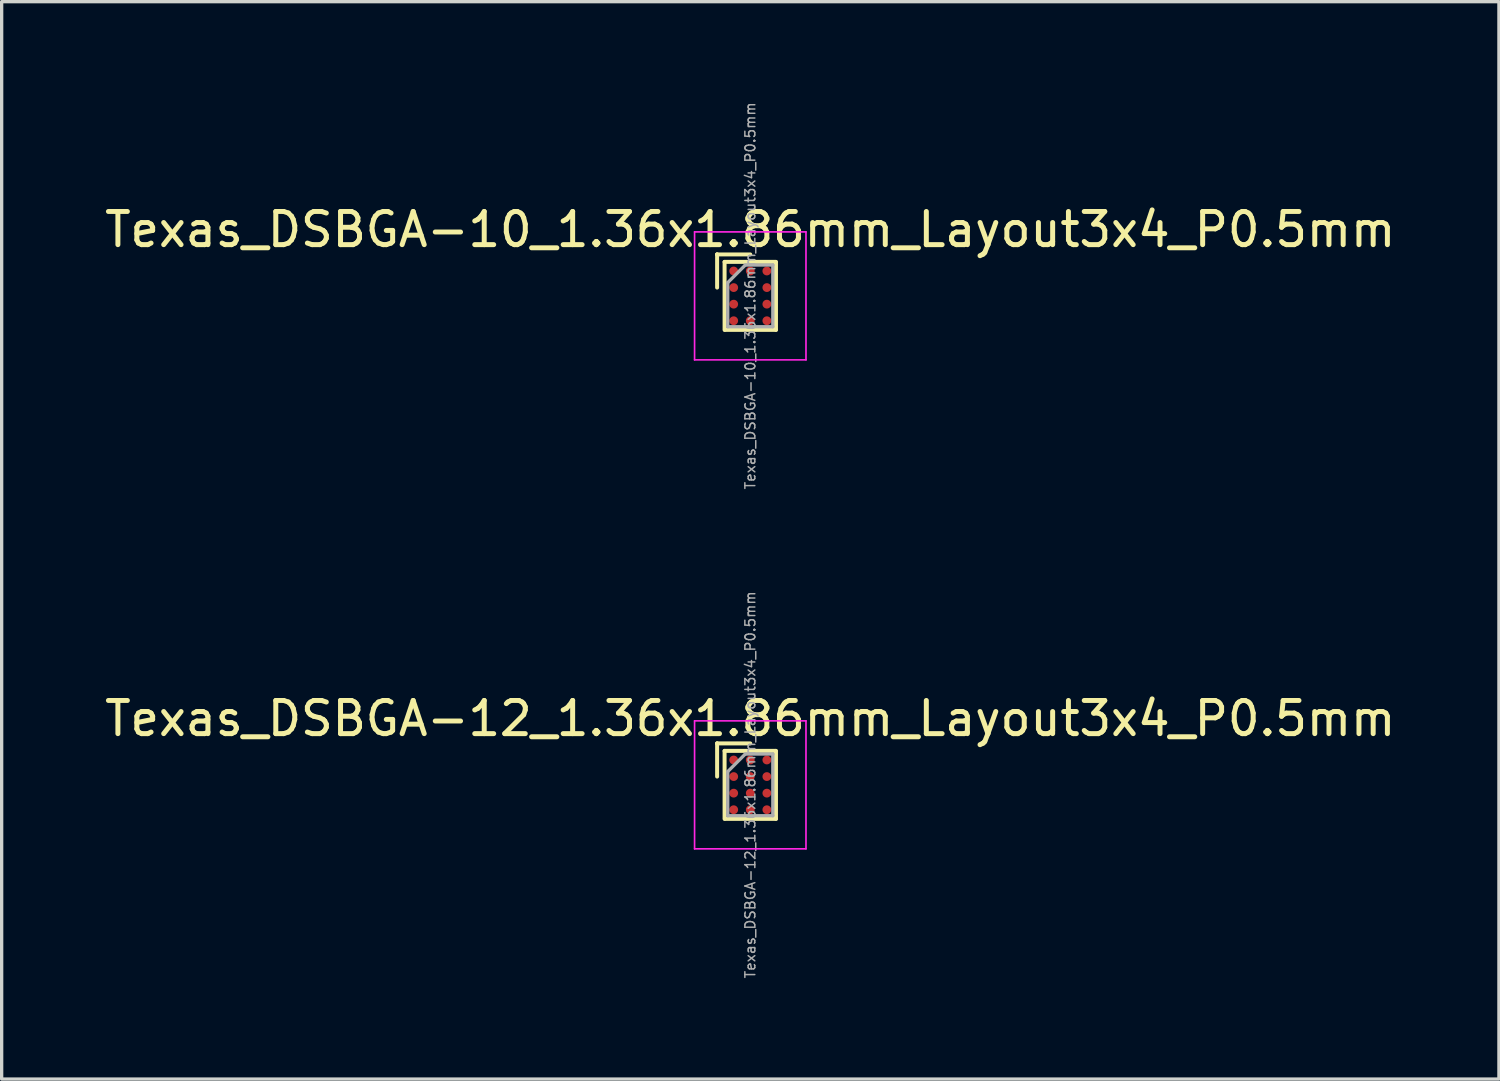
<source format=kicad_pcb>
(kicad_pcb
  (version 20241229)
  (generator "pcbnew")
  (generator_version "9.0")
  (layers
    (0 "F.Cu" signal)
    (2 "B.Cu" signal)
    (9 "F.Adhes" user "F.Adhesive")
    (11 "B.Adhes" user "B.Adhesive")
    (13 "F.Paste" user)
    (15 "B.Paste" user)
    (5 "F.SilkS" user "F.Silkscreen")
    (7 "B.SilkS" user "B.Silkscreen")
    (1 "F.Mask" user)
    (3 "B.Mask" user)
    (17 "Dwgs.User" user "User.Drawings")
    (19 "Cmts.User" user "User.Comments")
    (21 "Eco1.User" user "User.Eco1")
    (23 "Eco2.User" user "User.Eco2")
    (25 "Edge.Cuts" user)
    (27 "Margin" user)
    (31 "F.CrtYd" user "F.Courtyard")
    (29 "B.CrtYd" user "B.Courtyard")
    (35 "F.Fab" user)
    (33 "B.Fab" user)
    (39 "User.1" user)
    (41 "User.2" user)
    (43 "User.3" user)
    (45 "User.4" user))
  (footprint "Texas_DSBGA-10_1.36x1.86mm_Layout3x4_P0.5mm"
    (layer "F.Cu")
    (at 19.577 5.873)
    (property "Reference" "Texas_DSBGA-10_1.36x1.86mm_Layout3x4_P0.5mm" (at 0 -2 0) (layer "F.SilkS") (effects (font (size 1 1) (thickness 0.15))))
    (attr smd)
    (fp_line (start -1 -1.25) (end -1 -1.25) (stroke (width 0.12) (type solid)) (layer "F.SilkS"))
    (fp_line (start -1 -1.25) (end -1 -0.25) (stroke (width 0.12) (type solid)) (layer "F.SilkS"))
    (fp_line (start -0.775 -1.025) (end -0.775 1.025) (stroke (width 0.12) (type solid)) (layer "F.SilkS"))
    (fp_line (start -0.775 -1.025) (end 0.765 -1.025) (stroke (width 0.12) (type solid)) (layer "F.SilkS"))
    (fp_line (start -0.765 1.025) (end 0.775 1.025) (stroke (width 0.12) (type solid)) (layer "F.SilkS"))
    (fp_line (start 0 -1.25) (end -1 -1.25) (stroke (width 0.12) (type solid)) (layer "F.SilkS"))
    (fp_line (start 0.775 1.025) (end 0.775 -1.025) (stroke (width 0.12) (type solid)) (layer "F.SilkS"))
    (fp_line (start -1.68 -1.93) (end 1.68 -1.93) (stroke (width 0.05) (type solid)) (layer "F.CrtYd"))
    (fp_line (start -1.68 1.93) (end -1.68 -1.93) (stroke (width 0.05) (type solid)) (layer "F.CrtYd"))
    (fp_line (start -1.68 1.93) (end 1.68 1.93) (stroke (width 0.05) (type solid)) (layer "F.CrtYd"))
    (fp_line (start 1.68 -1.93) (end 1.68 1.93) (stroke (width 0.05) (type solid)) (layer "F.CrtYd"))
    (fp_line (start -0.68 -0.4) (end -0.15 -0.93) (stroke (width 0.1) (type solid)) (layer "F.Fab"))
    (fp_line (start -0.68 0.93) (end -0.68 -0.4) (stroke (width 0.1) (type solid)) (layer "F.Fab"))
    (fp_line (start -0.68 0.93) (end 0.68 0.93) (stroke (width 0.1) (type solid)) (layer "F.Fab"))
    (fp_line (start 0.68 -0.93) (end -0.15 -0.93) (stroke (width 0.1) (type solid)) (layer "F.Fab"))
    (fp_line (start 0.68 0.93) (end 0.68 -0.93) (stroke (width 0.1) (type solid)) (layer "F.Fab"))
    (fp_text user "${REFERENCE}" (at 0 0 90) (layer "F.Fab") (effects (font (size 0.3 0.3) (thickness 0.045))))
    (pad "" smd rect (at -0.5 -0.75) (size 0.3 0.3) (layers "F.Paste"))
    (pad "" smd rect (at -0.5 -0.25) (size 0.3 0.3) (layers "F.Paste"))
    (pad "" smd rect (at -0.5 0.25) (size 0.3 0.3) (layers "F.Paste"))
    (pad "" smd rect (at -0.5 0.75) (size 0.3 0.3) (layers "F.Paste"))
    (pad "" smd rect (at 0 -0.75) (size 0.3 0.3) (layers "F.Paste"))
    (pad "" smd rect (at 0 0.75) (size 0.3 0.3) (layers "F.Paste"))
    (pad "" smd rect (at 0.5 -0.75) (size 0.3 0.3) (layers "F.Paste"))
    (pad "" smd rect (at 0.5 -0.25) (size 0.3 0.3) (layers "F.Paste"))
    (pad "" smd rect (at 0.5 0.25) (size 0.3 0.3) (layers "F.Paste"))
    (pad "" smd rect (at 0.5 0.75) (size 0.3 0.3) (layers "F.Paste"))
    (pad "A1" smd circle (at -0.5 -0.75) (size 0.265 0.265) (layers "F.Cu" "F.Mask"))
    (pad "A2" smd circle (at 0 -0.75) (size 0.265 0.265) (layers "F.Cu" "F.Mask"))
    (pad "A3" smd circle (at 0.5 -0.75) (size 0.265 0.265) (layers "F.Cu" "F.Mask"))
    (pad "B1" smd circle (at -0.5 -0.25) (size 0.265 0.265) (layers "F.Cu" "F.Mask"))
    (pad "B3" smd circle (at 0.5 -0.25) (size 0.265 0.265) (layers "F.Cu" "F.Mask"))
    (pad "C1" smd circle (at -0.5 0.25) (size 0.265 0.265) (layers "F.Cu" "F.Mask"))
    (pad "C3" smd circle (at 0.5 0.25) (size 0.265 0.265) (layers "F.Cu" "F.Mask"))
    (pad "D1" smd circle (at -0.5 0.75) (size 0.265 0.265) (layers "F.Cu" "F.Mask"))
    (pad "D2" smd circle (at 0 0.75) (size 0.265 0.265) (layers "F.Cu" "F.Mask"))
    (pad "D3" smd circle (at 0.5 0.75) (size 0.265 0.265) (layers "F.Cu" "F.Mask")))
  (footprint "Texas_DSBGA-12_1.36x1.86mm_Layout3x4_P0.5mm"
    (layer "F.Cu")
    (at 19.577 20.62)
    (property "Reference" "Texas_DSBGA-12_1.36x1.86mm_Layout3x4_P0.5mm" (at 0 -2 0) (layer "F.SilkS") (effects (font (size 1 1) (thickness 0.15))))
    (attr smd)
    (fp_line (start -1 -1.25) (end -1 -1.25) (stroke (width 0.12) (type solid)) (layer "F.SilkS"))
    (fp_line (start -1 -1.25) (end -1 -0.25) (stroke (width 0.12) (type solid)) (layer "F.SilkS"))
    (fp_line (start -0.775 -1.025) (end -0.775 1.025) (stroke (width 0.12) (type solid)) (layer "F.SilkS"))
    (fp_line (start -0.775 -1.025) (end 0.765 -1.025) (stroke (width 0.12) (type solid)) (layer "F.SilkS"))
    (fp_line (start -0.765 1.025) (end 0.775 1.025) (stroke (width 0.12) (type solid)) (layer "F.SilkS"))
    (fp_line (start 0 -1.25) (end -1 -1.25) (stroke (width 0.12) (type solid)) (layer "F.SilkS"))
    (fp_line (start 0.775 1.025) (end 0.775 -1.025) (stroke (width 0.12) (type solid)) (layer "F.SilkS"))
    (fp_line (start -1.68 -1.93) (end 1.68 -1.93) (stroke (width 0.05) (type solid)) (layer "F.CrtYd"))
    (fp_line (start -1.68 1.93) (end -1.68 -1.93) (stroke (width 0.05) (type solid)) (layer "F.CrtYd"))
    (fp_line (start -1.68 1.93) (end 1.68 1.93) (stroke (width 0.05) (type solid)) (layer "F.CrtYd"))
    (fp_line (start 1.68 -1.93) (end 1.68 1.93) (stroke (width 0.05) (type solid)) (layer "F.CrtYd"))
    (fp_line (start -0.68 -0.4) (end -0.15 -0.93) (stroke (width 0.1) (type solid)) (layer "F.Fab"))
    (fp_line (start -0.68 0.93) (end -0.68 -0.4) (stroke (width 0.1) (type solid)) (layer "F.Fab"))
    (fp_line (start -0.68 0.93) (end 0.68 0.93) (stroke (width 0.1) (type solid)) (layer "F.Fab"))
    (fp_line (start 0.68 -0.93) (end -0.15 -0.93) (stroke (width 0.1) (type solid)) (layer "F.Fab"))
    (fp_line (start 0.68 0.93) (end 0.68 -0.93) (stroke (width 0.1) (type solid)) (layer "F.Fab"))
    (fp_text user "${REFERENCE}" (at 0 0 90) (layer "F.Fab") (effects (font (size 0.3 0.3) (thickness 0.045))))
    (pad "" smd rect (at -0.5 -0.75) (size 0.3 0.3) (layers "F.Paste"))
    (pad "" smd rect (at -0.5 -0.25) (size 0.3 0.3) (layers "F.Paste"))
    (pad "" smd rect (at -0.5 0.25) (size 0.3 0.3) (layers "F.Paste"))
    (pad "" smd rect (at -0.5 0.75) (size 0.3 0.3) (layers "F.Paste"))
    (pad "" smd rect (at 0 -0.75) (size 0.3 0.3) (layers "F.Paste"))
    (pad "" smd rect (at 0 -0.25) (size 0.3 0.3) (layers "F.Paste"))
    (pad "" smd rect (at 0 0.25) (size 0.3 0.3) (layers "F.Paste"))
    (pad "" smd rect (at 0 0.75) (size 0.3 0.3) (layers "F.Paste"))
    (pad "" smd rect (at 0.5 -0.75) (size 0.3 0.3) (layers "F.Paste"))
    (pad "" smd rect (at 0.5 -0.25) (size 0.3 0.3) (layers "F.Paste"))
    (pad "" smd rect (at 0.5 0.25) (size 0.3 0.3) (layers "F.Paste"))
    (pad "" smd rect (at 0.5 0.75) (size 0.3 0.3) (layers "F.Paste"))
    (pad "A1" smd circle (at -0.5 -0.75) (size 0.265 0.265) (layers "F.Cu" "F.Mask"))
    (pad "A2" smd circle (at 0 -0.75) (size 0.265 0.265) (layers "F.Cu" "F.Mask"))
    (pad "A3" smd circle (at 0.5 -0.75) (size 0.265 0.265) (layers "F.Cu" "F.Mask"))
    (pad "B1" smd circle (at -0.5 -0.25) (size 0.265 0.265) (layers "F.Cu" "F.Mask"))
    (pad "B2" smd circle (at 0 -0.25) (size 0.265 0.265) (layers "F.Cu" "F.Mask"))
    (pad "B3" smd circle (at 0.5 -0.25) (size 0.265 0.265) (layers "F.Cu" "F.Mask"))
    (pad "C1" smd circle (at -0.5 0.25) (size 0.265 0.265) (layers "F.Cu" "F.Mask"))
    (pad "C2" smd circle (at 0 0.25) (size 0.265 0.265) (layers "F.Cu" "F.Mask"))
    (pad "C3" smd circle (at 0.5 0.25) (size 0.265 0.265) (layers "F.Cu" "F.Mask"))
    (pad "D1" smd circle (at -0.5 0.75) (size 0.265 0.265) (layers "F.Cu" "F.Mask"))
    (pad "D2" smd circle (at 0 0.75) (size 0.265 0.265) (layers "F.Cu" "F.Mask"))
    (pad "D3" smd circle (at 0.5 0.75) (size 0.265 0.265) (layers "F.Cu" "F.Mask")))
  (gr_rect
    (start -3 -3)
    (end 42.155 29.493)
    (stroke (width 0.1) (type default))
    (fill no)
    (layer "Edge.Cuts")))
</source>
